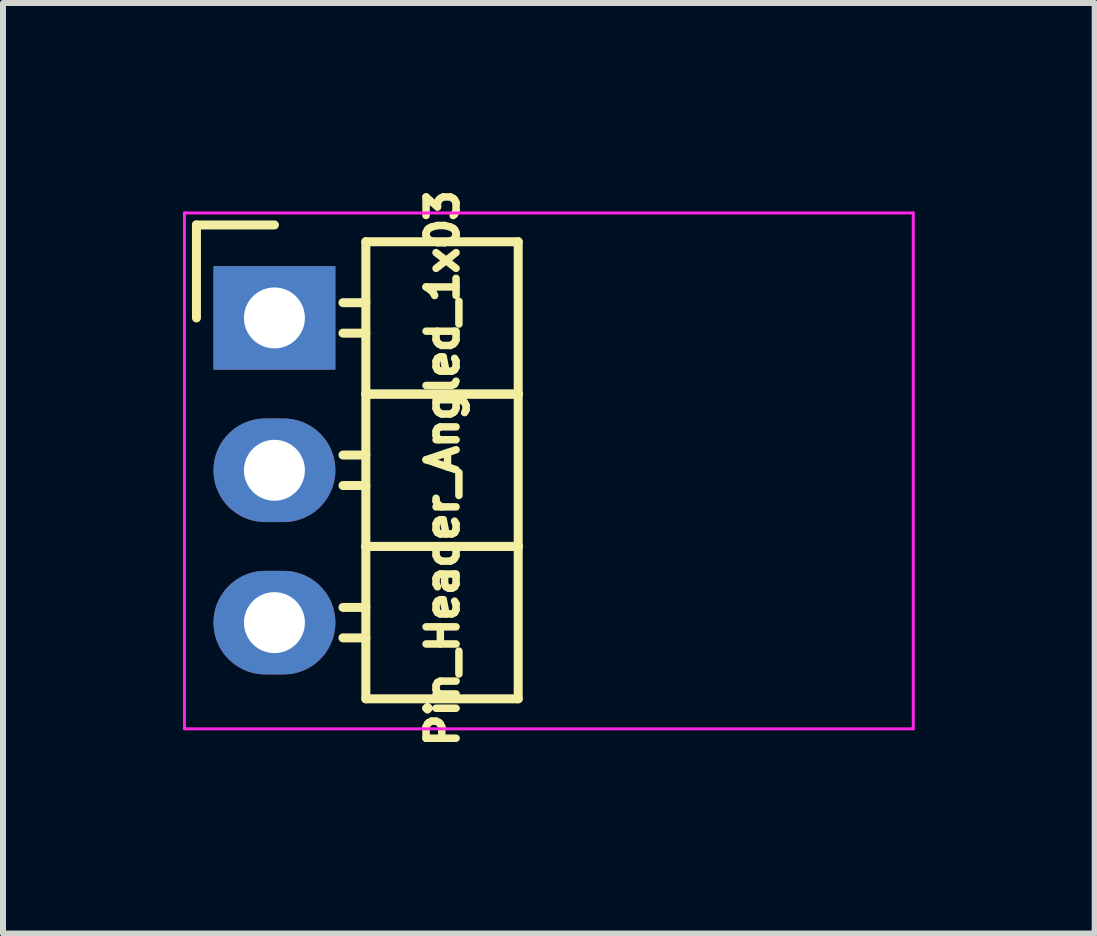
<source format=kicad_pcb>
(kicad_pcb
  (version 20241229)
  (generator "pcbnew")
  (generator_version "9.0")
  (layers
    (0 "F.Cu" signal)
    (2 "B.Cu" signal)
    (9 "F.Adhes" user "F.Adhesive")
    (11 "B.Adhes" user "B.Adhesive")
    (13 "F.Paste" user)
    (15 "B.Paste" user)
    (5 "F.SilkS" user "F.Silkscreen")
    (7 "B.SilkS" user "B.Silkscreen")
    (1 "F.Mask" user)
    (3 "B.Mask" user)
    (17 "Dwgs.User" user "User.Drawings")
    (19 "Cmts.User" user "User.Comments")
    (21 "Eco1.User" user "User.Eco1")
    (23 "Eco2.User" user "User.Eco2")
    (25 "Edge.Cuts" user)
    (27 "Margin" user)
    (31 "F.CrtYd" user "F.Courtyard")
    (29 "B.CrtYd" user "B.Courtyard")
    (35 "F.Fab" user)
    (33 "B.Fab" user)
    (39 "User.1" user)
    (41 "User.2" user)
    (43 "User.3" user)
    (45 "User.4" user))
  (footprint "Pin_Header_Angled_1x03"
    (layer "F.Cu")
    (at 1.525 2.25)
    (property "Reference" "Pin_Header_Angled_1x03" (at 2.803 2.507 90) (layer "F.SilkS") (effects (font (size 0.5 0.5) (thickness 0.125))))
    (attr through_hole)
    (fp_line (start -1.3 -1.55) (end -1.3 0) (stroke (width 0.15) (type solid)) (layer "F.SilkS"))
    (fp_line (start 0 -1.55) (end -1.3 -1.55) (stroke (width 0.15) (type solid)) (layer "F.SilkS"))
    (fp_line (start 1.524 -1.27) (end 1.524 1.27) (stroke (width 0.15) (type solid)) (layer "F.SilkS"))
    (fp_line (start 1.524 -1.27) (end 4.064 -1.27) (stroke (width 0.15) (type solid)) (layer "F.SilkS"))
    (fp_line (start 1.524 -0.254) (end 1.143 -0.254) (stroke (width 0.15) (type solid)) (layer "F.SilkS"))
    (fp_line (start 1.524 0.254) (end 1.143 0.254) (stroke (width 0.15) (type solid)) (layer "F.SilkS"))
    (fp_line (start 1.524 1.27) (end 1.524 3.81) (stroke (width 0.15) (type solid)) (layer "F.SilkS"))
    (fp_line (start 1.524 1.27) (end 4.064 1.27) (stroke (width 0.15) (type solid)) (layer "F.SilkS"))
    (fp_line (start 1.524 1.27) (end 4.064 1.27) (stroke (width 0.15) (type solid)) (layer "F.SilkS"))
    (fp_line (start 1.524 2.286) (end 1.143 2.286) (stroke (width 0.15) (type solid)) (layer "F.SilkS"))
    (fp_line (start 1.524 2.794) (end 1.143 2.794) (stroke (width 0.15) (type solid)) (layer "F.SilkS"))
    (fp_line (start 1.524 3.81) (end 1.524 6.35) (stroke (width 0.15) (type solid)) (layer "F.SilkS"))
    (fp_line (start 1.524 3.81) (end 4.064 3.81) (stroke (width 0.15) (type solid)) (layer "F.SilkS"))
    (fp_line (start 1.524 3.81) (end 4.064 3.81) (stroke (width 0.15) (type solid)) (layer "F.SilkS"))
    (fp_line (start 1.524 4.826) (end 1.143 4.826) (stroke (width 0.15) (type solid)) (layer "F.SilkS"))
    (fp_line (start 1.524 5.334) (end 1.143 5.334) (stroke (width 0.15) (type solid)) (layer "F.SilkS"))
    (fp_line (start 1.524 6.35) (end 4.064 6.35) (stroke (width 0.15) (type solid)) (layer "F.SilkS"))
    (fp_line (start 4.064 1.27) (end 4.064 -1.27) (stroke (width 0.15) (type solid)) (layer "F.SilkS"))
    (fp_line (start 4.064 3.81) (end 4.064 1.27) (stroke (width 0.15) (type solid)) (layer "F.SilkS"))
    (fp_line (start 4.064 6.35) (end 4.064 3.81) (stroke (width 0.15) (type solid)) (layer "F.SilkS"))
    (fp_line (start -1.5 -1.75) (end -1.5 6.85) (stroke (width 0.05) (type solid)) (layer "F.CrtYd"))
    (fp_line (start -1.5 -1.75) (end 10.65 -1.75) (stroke (width 0.05) (type solid)) (layer "F.CrtYd"))
    (fp_line (start -1.5 6.85) (end 10.65 6.85) (stroke (width 0.05) (type solid)) (layer "F.CrtYd"))
    (fp_line (start 10.65 -1.75) (end 10.65 6.85) (stroke (width 0.05) (type solid)) (layer "F.CrtYd"))
    (pad "1" thru_hole rect (at 0 0) (size 2.032 1.727) (drill 1.016) (layers "*.Cu" "*.Mask"))
    (pad "2" thru_hole oval (at 0 2.54) (size 2.032 1.727) (drill 1.016) (layers "*.Cu" "*.Mask"))
    (pad "3" thru_hole oval (at 0 5.08) (size 2.032 1.727) (drill 1.016) (layers "*.Cu" "*.Mask")))
  (gr_rect
    (start -3 -3)
    (end 15.2 12.513)
    (stroke (width 0.1) (type default))
    (fill no)
    (layer "Edge.Cuts")))
</source>
